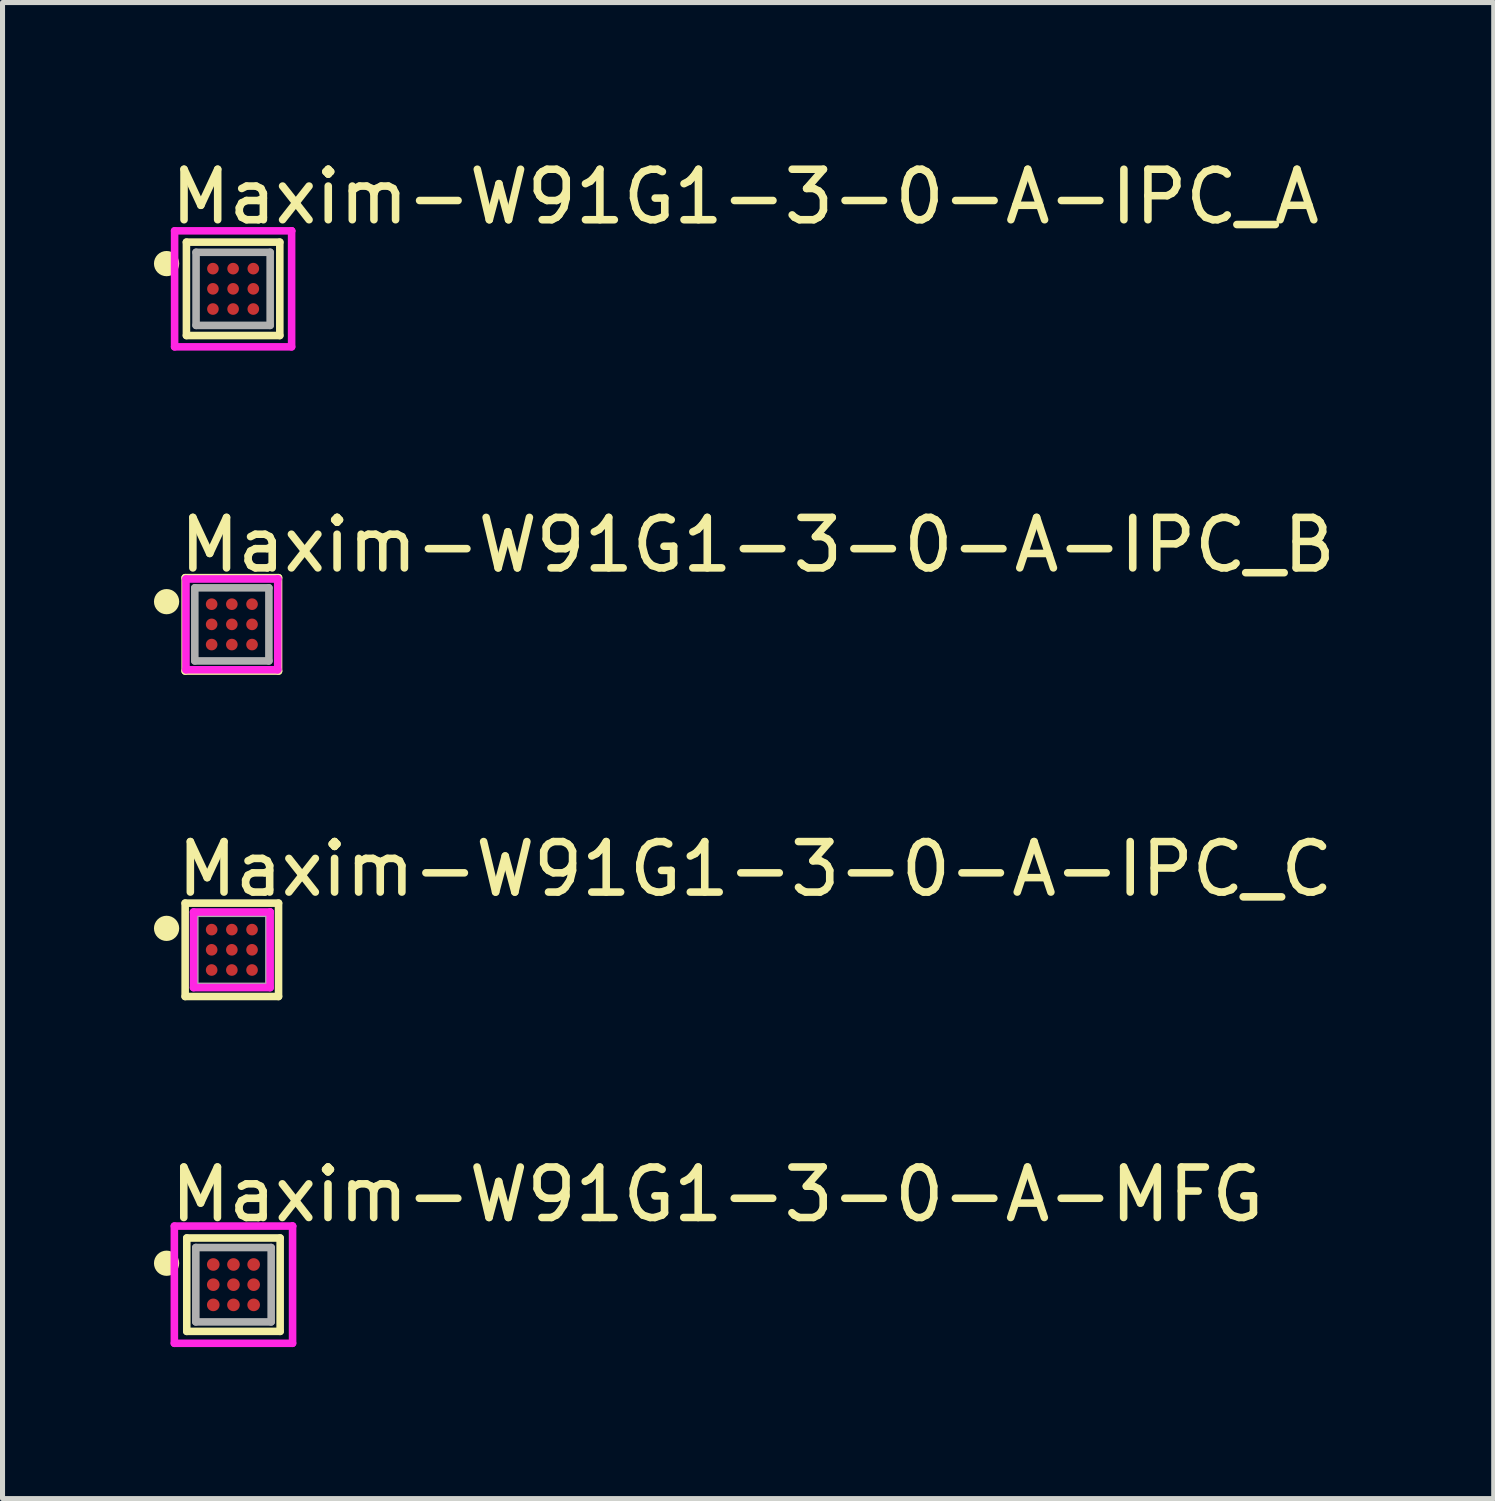
<source format=kicad_pcb>
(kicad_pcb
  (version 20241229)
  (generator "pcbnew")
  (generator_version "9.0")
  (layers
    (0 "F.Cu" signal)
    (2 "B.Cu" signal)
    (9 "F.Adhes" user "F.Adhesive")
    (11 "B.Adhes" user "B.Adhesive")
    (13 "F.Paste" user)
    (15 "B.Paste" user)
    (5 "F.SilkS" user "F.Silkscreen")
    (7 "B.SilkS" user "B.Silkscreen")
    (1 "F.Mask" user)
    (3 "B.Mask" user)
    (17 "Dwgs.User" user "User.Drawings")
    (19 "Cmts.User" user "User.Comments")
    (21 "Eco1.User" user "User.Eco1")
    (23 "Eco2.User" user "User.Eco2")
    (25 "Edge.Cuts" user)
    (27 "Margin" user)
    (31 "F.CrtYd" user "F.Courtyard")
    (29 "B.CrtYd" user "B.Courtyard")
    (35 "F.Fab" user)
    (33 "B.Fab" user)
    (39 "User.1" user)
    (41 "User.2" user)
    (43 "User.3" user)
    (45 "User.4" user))
  (footprint "Maxim-W91G1-3-0-A-IPC_A"
    (layer "F.Cu")
    (at 1.568 2.672)
    (property "Reference" "Maxim-W91G1-3-0-A-IPC_A" (at -1.309 -1.824 0) (layer "F.SilkS") (effects (font (size 1 1) (thickness 0.15)) (justify left)))
    (attr through_hole)
    (fp_line (start -0.925 -0.925) (end 0.925 -0.925) (stroke (width 0.15) (type solid)) (layer "F.SilkS"))
    (fp_line (start -0.925 0.925) (end -0.925 -0.925) (stroke (width 0.15) (type solid)) (layer "F.SilkS"))
    (fp_line (start 0.925 -0.925) (end 0.925 0.925) (stroke (width 0.15) (type solid)) (layer "F.SilkS"))
    (fp_line (start 0.925 0.925) (end -0.925 0.925) (stroke (width 0.15) (type solid)) (layer "F.SilkS"))
    (fp_circle (center -1.318 -0.5) (end -1.193 -0.5) (stroke (width 0.25) (type solid)) (fill no) (layer "F.SilkS"))
    (fp_line (start -1.159 -1.149) (end -1.159 1.149) (stroke (width 0.15) (type solid)) (layer "F.CrtYd"))
    (fp_line (start -1.159 1.149) (end 1.159 1.149) (stroke (width 0.15) (type solid)) (layer "F.CrtYd"))
    (fp_line (start 1.159 -1.149) (end -1.159 -1.149) (stroke (width 0.15) (type solid)) (layer "F.CrtYd"))
    (fp_line (start 1.159 -1.149) (end 1.159 -1.149) (stroke (width 0.15) (type solid)) (layer "F.CrtYd"))
    (fp_line (start 1.159 1.149) (end 1.159 -1.149) (stroke (width 0.15) (type solid)) (layer "F.CrtYd"))
    (fp_line (start -0.734 -0.724) (end 0.734 -0.724) (stroke (width 0.15) (type solid)) (layer "F.Fab"))
    (fp_line (start -0.734 0.724) (end -0.734 -0.724) (stroke (width 0.15) (type solid)) (layer "F.Fab"))
    (fp_line (start 0.734 -0.724) (end 0.734 0.724) (stroke (width 0.15) (type solid)) (layer "F.Fab"))
    (fp_line (start 0.734 0.724) (end -0.734 0.724) (stroke (width 0.15) (type solid)) (layer "F.Fab"))
    (pad "A1" smd circle (at -0.4 -0.4) (size 0.23 0.23) (layers "F.Cu" "F.Mask" "F.Paste"))
    (pad "A2" smd circle (at 0 -0.4) (size 0.23 0.23) (layers "F.Cu" "F.Mask" "F.Paste"))
    (pad "A3" smd circle (at 0.4 -0.4) (size 0.23 0.23) (layers "F.Cu" "F.Mask" "F.Paste"))
    (pad "B1" smd circle (at -0.4 0) (size 0.23 0.23) (layers "F.Cu" "F.Mask" "F.Paste"))
    (pad "B2" smd circle (at 0 0) (size 0.23 0.23) (layers "F.Cu" "F.Mask" "F.Paste"))
    (pad "B3" smd circle (at 0.4 0) (size 0.23 0.23) (layers "F.Cu" "F.Mask" "F.Paste"))
    (pad "C1" smd circle (at -0.4 0.4) (size 0.23 0.23) (layers "F.Cu" "F.Mask" "F.Paste"))
    (pad "C2" smd circle (at 0 0.4) (size 0.23 0.23) (layers "F.Cu" "F.Mask" "F.Paste"))
    (pad "C3" smd circle (at 0.4 0.4) (size 0.23 0.23) (layers "F.Cu" "F.Mask" "F.Paste")))
  (footprint "Maxim-W91G1-3-0-A-MFG"
    (layer "F.Cu")
    (at 1.575 22.4)
    (property "Reference" "Maxim-W91G1-3-0-A-MFG" (at -1.321 -1.786 0) (layer "F.SilkS") (effects (font (size 1 1) (thickness 0.15)) (justify left)))
    (attr through_hole)
    (fp_line (start -0.925 -0.925) (end 0.925 -0.925) (stroke (width 0.15) (type solid)) (layer "F.SilkS"))
    (fp_line (start -0.925 0.925) (end -0.925 -0.925) (stroke (width 0.15) (type solid)) (layer "F.SilkS"))
    (fp_line (start 0.925 -0.925) (end 0.925 0.925) (stroke (width 0.15) (type solid)) (layer "F.SilkS"))
    (fp_line (start 0.925 0.925) (end -0.925 0.925) (stroke (width 0.15) (type solid)) (layer "F.SilkS"))
    (fp_circle (center -1.325 -0.425) (end -1.2 -0.425) (stroke (width 0.25) (type solid)) (fill no) (layer "F.SilkS"))
    (fp_line (start -1.171 -1.161) (end -1.171 1.161) (stroke (width 0.15) (type solid)) (layer "F.CrtYd"))
    (fp_line (start -1.171 1.161) (end 1.171 1.161) (stroke (width 0.15) (type solid)) (layer "F.CrtYd"))
    (fp_line (start 1.171 -1.161) (end -1.171 -1.161) (stroke (width 0.15) (type solid)) (layer "F.CrtYd"))
    (fp_line (start 1.171 -1.161) (end 1.171 -1.161) (stroke (width 0.15) (type solid)) (layer "F.CrtYd"))
    (fp_line (start 1.171 1.161) (end 1.171 -1.161) (stroke (width 0.15) (type solid)) (layer "F.CrtYd"))
    (fp_line (start -0.746 -0.736) (end 0.747 -0.736) (stroke (width 0.15) (type solid)) (layer "F.Fab"))
    (fp_line (start -0.746 0.737) (end -0.746 -0.736) (stroke (width 0.15) (type solid)) (layer "F.Fab"))
    (fp_line (start 0.747 -0.736) (end 0.747 0.737) (stroke (width 0.15) (type solid)) (layer "F.Fab"))
    (fp_line (start 0.747 0.737) (end -0.746 0.737) (stroke (width 0.15) (type solid)) (layer "F.Fab"))
    (pad "A1" smd circle (at -0.4 -0.4) (size 0.25 0.25) (layers "F.Cu" "F.Mask" "F.Paste"))
    (pad "A2" smd circle (at 0 -0.4) (size 0.25 0.25) (layers "F.Cu" "F.Mask" "F.Paste"))
    (pad "A3" smd circle (at 0.4 -0.4) (size 0.25 0.25) (layers "F.Cu" "F.Mask" "F.Paste"))
    (pad "B1" smd circle (at -0.4 0) (size 0.25 0.25) (layers "F.Cu" "F.Mask" "F.Paste"))
    (pad "B2" smd circle (at 0 0) (size 0.25 0.25) (layers "F.Cu" "F.Mask" "F.Paste"))
    (pad "B3" smd circle (at 0.4 0) (size 0.25 0.25) (layers "F.Cu" "F.Mask" "F.Paste"))
    (pad "C1" smd circle (at -0.4 0.4) (size 0.25 0.25) (layers "F.Cu" "F.Mask" "F.Paste"))
    (pad "C2" smd circle (at 0 0.4) (size 0.25 0.25) (layers "F.Cu" "F.Mask" "F.Paste"))
    (pad "C3" smd circle (at 0.4 0.4) (size 0.25 0.25) (layers "F.Cu" "F.Mask" "F.Paste")))
  (footprint "Maxim-W91G1-3-0-A-IPC_B"
    (layer "F.Cu")
    (at 1.543 9.319)
    (property "Reference" "Maxim-W91G1-3-0-A-IPC_B" (at -1.109 -1.574 0) (layer "F.SilkS") (effects (font (size 1 1) (thickness 0.15)) (justify left)))
    (attr through_hole)
    (fp_line (start -0.925 -0.925) (end 0.925 -0.925) (stroke (width 0.15) (type solid)) (layer "F.SilkS"))
    (fp_line (start -0.925 0.925) (end -0.925 -0.925) (stroke (width 0.15) (type solid)) (layer "F.SilkS"))
    (fp_line (start 0.925 -0.925) (end 0.925 0.925) (stroke (width 0.15) (type solid)) (layer "F.SilkS"))
    (fp_line (start 0.925 0.925) (end -0.925 0.925) (stroke (width 0.15) (type solid)) (layer "F.SilkS"))
    (fp_circle (center -1.293 -0.45) (end -1.168 -0.45) (stroke (width 0.25) (type solid)) (fill no) (layer "F.SilkS"))
    (fp_line (start -0.909 -0.899) (end -0.909 0.899) (stroke (width 0.15) (type solid)) (layer "F.CrtYd"))
    (fp_line (start -0.909 0.899) (end 0.909 0.899) (stroke (width 0.15) (type solid)) (layer "F.CrtYd"))
    (fp_line (start 0.909 -0.899) (end -0.909 -0.899) (stroke (width 0.15) (type solid)) (layer "F.CrtYd"))
    (fp_line (start 0.909 -0.899) (end 0.909 -0.899) (stroke (width 0.15) (type solid)) (layer "F.CrtYd"))
    (fp_line (start 0.909 0.899) (end 0.909 -0.899) (stroke (width 0.15) (type solid)) (layer "F.CrtYd"))
    (fp_line (start -0.734 -0.724) (end 0.734 -0.724) (stroke (width 0.15) (type solid)) (layer "F.Fab"))
    (fp_line (start -0.734 0.724) (end -0.734 -0.724) (stroke (width 0.15) (type solid)) (layer "F.Fab"))
    (fp_line (start 0.734 -0.724) (end 0.734 0.724) (stroke (width 0.15) (type solid)) (layer "F.Fab"))
    (fp_line (start 0.734 0.724) (end -0.734 0.724) (stroke (width 0.15) (type solid)) (layer "F.Fab"))
    (pad "A1" smd circle (at -0.4 -0.4) (size 0.23 0.23) (layers "F.Cu" "F.Mask" "F.Paste"))
    (pad "A2" smd circle (at 0 -0.4) (size 0.23 0.23) (layers "F.Cu" "F.Mask" "F.Paste"))
    (pad "A3" smd circle (at 0.4 -0.4) (size 0.23 0.23) (layers "F.Cu" "F.Mask" "F.Paste"))
    (pad "B1" smd circle (at -0.4 0) (size 0.23 0.23) (layers "F.Cu" "F.Mask" "F.Paste"))
    (pad "B2" smd circle (at 0 0) (size 0.23 0.23) (layers "F.Cu" "F.Mask" "F.Paste"))
    (pad "B3" smd circle (at 0.4 0) (size 0.23 0.23) (layers "F.Cu" "F.Mask" "F.Paste"))
    (pad "C1" smd circle (at -0.4 0.4) (size 0.23 0.23) (layers "F.Cu" "F.Mask" "F.Paste"))
    (pad "C2" smd circle (at 0 0.4) (size 0.23 0.23) (layers "F.Cu" "F.Mask" "F.Paste"))
    (pad "C3" smd circle (at 0.4 0.4) (size 0.23 0.23) (layers "F.Cu" "F.Mask" "F.Paste")))
  (footprint "Maxim-W91G1-3-0-A-IPC_C"
    (layer "F.Cu")
    (at 1.543 15.766)
    (property "Reference" "Maxim-W91G1-3-0-A-IPC_C" (at -1.159 -1.599 0) (layer "F.SilkS") (effects (font (size 1 1) (thickness 0.15)) (justify left)))
    (attr through_hole)
    (fp_line (start -0.925 -0.925) (end 0.925 -0.925) (stroke (width 0.15) (type solid)) (layer "F.SilkS"))
    (fp_line (start -0.925 0.925) (end -0.925 -0.925) (stroke (width 0.15) (type solid)) (layer "F.SilkS"))
    (fp_line (start 0.925 -0.925) (end 0.925 0.925) (stroke (width 0.15) (type solid)) (layer "F.SilkS"))
    (fp_line (start 0.925 0.925) (end -0.925 0.925) (stroke (width 0.15) (type solid)) (layer "F.SilkS"))
    (fp_circle (center -1.293 -0.425) (end -1.168 -0.425) (stroke (width 0.25) (type solid)) (fill no) (layer "F.SilkS"))
    (fp_line (start -0.759 -0.749) (end -0.759 0.749) (stroke (width 0.15) (type solid)) (layer "F.CrtYd"))
    (fp_line (start -0.759 0.749) (end 0.759 0.749) (stroke (width 0.15) (type solid)) (layer "F.CrtYd"))
    (fp_line (start 0.759 -0.749) (end -0.759 -0.749) (stroke (width 0.15) (type solid)) (layer "F.CrtYd"))
    (fp_line (start 0.759 -0.749) (end 0.759 -0.749) (stroke (width 0.15) (type solid)) (layer "F.CrtYd"))
    (fp_line (start 0.759 0.749) (end 0.759 -0.749) (stroke (width 0.15) (type solid)) (layer "F.CrtYd"))
    (fp_line (start -0.734 -0.724) (end 0.734 -0.724) (stroke (width 0.15) (type solid)) (layer "F.Fab"))
    (fp_line (start -0.734 0.724) (end -0.734 -0.724) (stroke (width 0.15) (type solid)) (layer "F.Fab"))
    (fp_line (start 0.734 -0.724) (end 0.734 0.724) (stroke (width 0.15) (type solid)) (layer "F.Fab"))
    (fp_line (start 0.734 0.724) (end -0.734 0.724) (stroke (width 0.15) (type solid)) (layer "F.Fab"))
    (pad "A1" smd circle (at -0.4 -0.4) (size 0.23 0.23) (layers "F.Cu" "F.Mask" "F.Paste"))
    (pad "A2" smd circle (at 0 -0.4) (size 0.23 0.23) (layers "F.Cu" "F.Mask" "F.Paste"))
    (pad "A3" smd circle (at 0.4 -0.4) (size 0.23 0.23) (layers "F.Cu" "F.Mask" "F.Paste"))
    (pad "B1" smd circle (at -0.4 0) (size 0.23 0.23) (layers "F.Cu" "F.Mask" "F.Paste"))
    (pad "B2" smd circle (at 0 0) (size 0.23 0.23) (layers "F.Cu" "F.Mask" "F.Paste"))
    (pad "B3" smd circle (at 0.4 0) (size 0.23 0.23) (layers "F.Cu" "F.Mask" "F.Paste"))
    (pad "C1" smd circle (at -0.4 0.4) (size 0.23 0.23) (layers "F.Cu" "F.Mask" "F.Paste"))
    (pad "C2" smd circle (at 0 0.4) (size 0.23 0.23) (layers "F.Cu" "F.Mask" "F.Paste"))
    (pad "C3" smd circle (at 0.4 0.4) (size 0.23 0.23) (layers "F.Cu" "F.Mask" "F.Paste")))
  (gr_rect
    (start -3 -3)
    (end 26.541 26.637)
    (stroke (width 0.1) (type default))
    (fill no)
    (layer "Edge.Cuts")))
</source>
